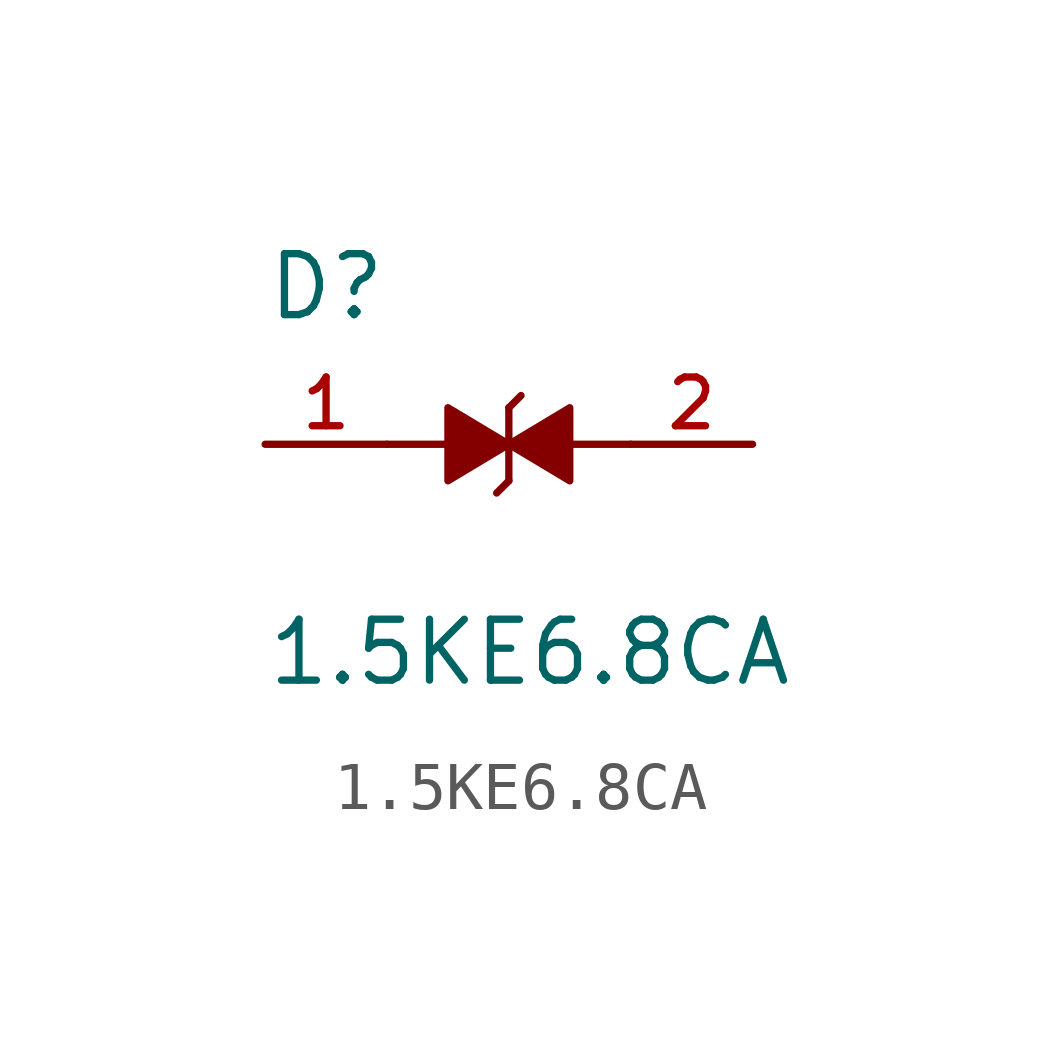
<source format=kicad_sym>
(kicad_symbol_lib
  (version 20211014)
  (generator kicad_symbol_editor)
  (symbol "1.5KE6.8CA"
    (pin_names
      (offset 1.016))
    (property "Reference" "D"
      (at -5.08 2.54 0)
      (effects (font (size 1.27 1.27)) (justify bottom left)))
    (property "Value" "1.5KE6.8CA"
      (at -5.08 -5.08 0)
      (effects (font (size 1.27 1.27)) (justify bottom left)))
    (symbol "1.5KE6.8CA_0_0"
      (polyline (pts (xy 0.0 0.0) (xy -1.27 -0.762) (xy -1.27 0.762) (xy 0.0 0.0)) (stroke (width 0.152)) (fill (type outline)))
      (polyline (pts (xy 0.0 -0.762) (xy 0.0 0.762)) (stroke (width 0.152)))
      (polyline (pts (xy 0.0 0.0) (xy 1.27 0.762) (xy 1.27 -0.762) (xy 0.0 0.0)) (stroke (width 0.152)) (fill (type outline)))
      (polyline (pts (xy 0.0 -0.762) (xy -0.254 -1.016)) (stroke (width 0.152)))
      (polyline (pts (xy 0.0 0.762) (xy 0.254 1.016)) (stroke (width 0.152)))
      (polyline (pts (xy 1.27 0.0) (xy 2.54 0.0)) (stroke (width 0.152)))
      (polyline (pts (xy -1.27 0.0) (xy -2.54 0.0)) (stroke (width 0.152)))
      (pin passive line (at -5.08 0.0 0) (length 2.54) (name "~" (effects (font (size 1.016 1.016)))) (number "1" (effects (font (size 1.016 1.016)))))
      (pin passive line (at 5.08 0.0 180.0) (length 2.54) (name "~" (effects (font (size 1.016 1.016)))) (number "2" (effects (font (size 1.016 1.016))))))))
</source>
